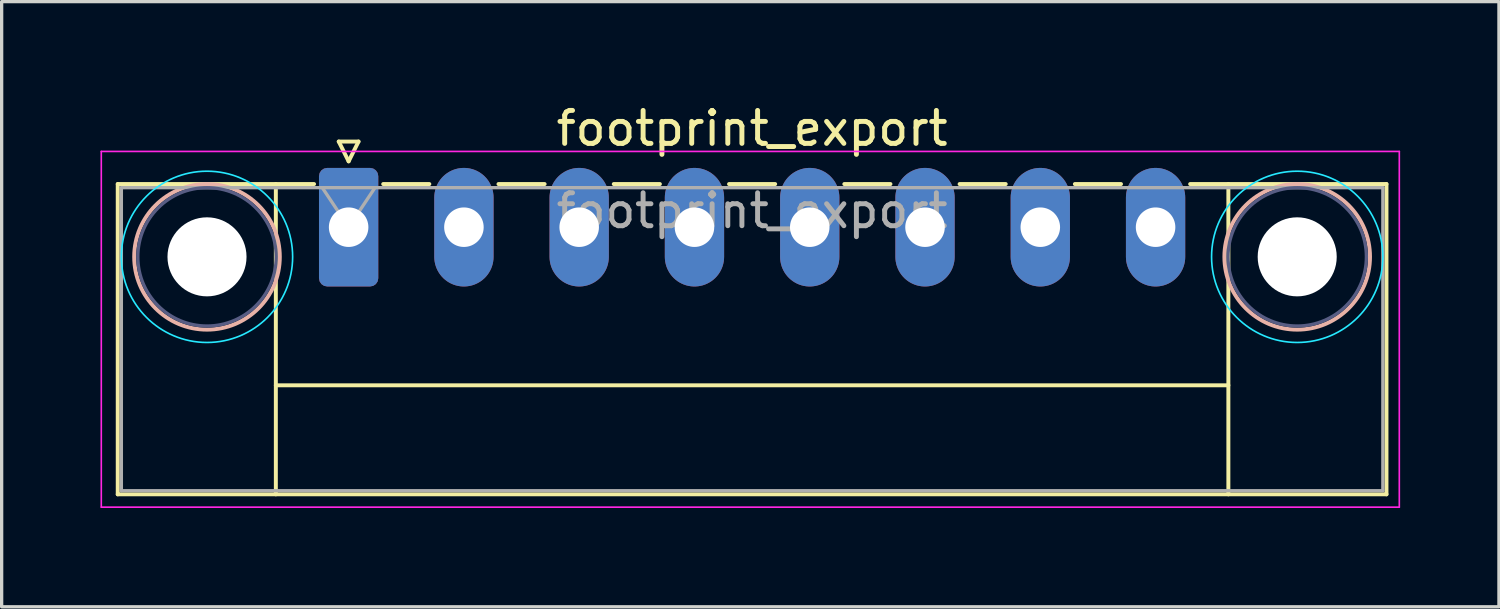
<source format=kicad_pcb>
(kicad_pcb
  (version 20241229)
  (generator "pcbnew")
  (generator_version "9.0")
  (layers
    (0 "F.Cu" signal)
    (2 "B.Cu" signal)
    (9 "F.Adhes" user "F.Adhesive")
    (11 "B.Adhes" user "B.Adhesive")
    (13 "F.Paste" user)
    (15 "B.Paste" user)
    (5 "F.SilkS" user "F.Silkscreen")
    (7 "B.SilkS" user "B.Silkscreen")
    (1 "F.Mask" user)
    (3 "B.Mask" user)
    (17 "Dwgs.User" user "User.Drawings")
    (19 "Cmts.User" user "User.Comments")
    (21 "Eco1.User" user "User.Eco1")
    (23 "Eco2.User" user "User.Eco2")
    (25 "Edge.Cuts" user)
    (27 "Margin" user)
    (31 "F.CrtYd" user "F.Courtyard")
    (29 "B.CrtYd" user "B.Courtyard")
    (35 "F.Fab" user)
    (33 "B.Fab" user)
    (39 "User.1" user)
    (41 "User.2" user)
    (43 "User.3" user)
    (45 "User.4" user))
  (footprint "footprint_export"
    (layer "F.Cu")
    (at 7.535 3.848)
    (property "Reference" "footprint_export" (at 12.25 -3 0) (layer "F.SilkS") (effects (font (size 1 1) (thickness 0.15))))
    (attr through_hole)
    (fp_line (start -7.01 -1.31) (end -7.01 8.11) (stroke (width 0.12) (type solid)) (layer "F.SilkS"))
    (fp_line (start -7.01 -1.31) (end -1.05 -1.31) (stroke (width 0.12) (type solid)) (layer "F.SilkS"))
    (fp_line (start -7.01 8.11) (end 31.51 8.11) (stroke (width 0.12) (type solid)) (layer "F.SilkS"))
    (fp_line (start -2.21 -1.31) (end -2.21 8.11) (stroke (width 0.12) (type solid)) (layer "F.SilkS"))
    (fp_line (start -2.21 4.8) (end 26.71 4.8) (stroke (width 0.12) (type solid)) (layer "F.SilkS"))
    (fp_line (start -0.3 -2.6) (end 0.3 -2.6) (stroke (width 0.12) (type solid)) (layer "F.SilkS"))
    (fp_line (start 0 -2) (end -0.3 -2.6) (stroke (width 0.12) (type solid)) (layer "F.SilkS"))
    (fp_line (start 0.3 -2.6) (end 0 -2) (stroke (width 0.12) (type solid)) (layer "F.SilkS"))
    (fp_line (start 1.05 -1.31) (end 2.45 -1.31) (stroke (width 0.12) (type solid)) (layer "F.SilkS"))
    (fp_line (start 4.55 -1.31) (end 5.95 -1.31) (stroke (width 0.12) (type solid)) (layer "F.SilkS"))
    (fp_line (start 8.05 -1.31) (end 9.45 -1.31) (stroke (width 0.12) (type solid)) (layer "F.SilkS"))
    (fp_line (start 11.55 -1.31) (end 12.95 -1.31) (stroke (width 0.12) (type solid)) (layer "F.SilkS"))
    (fp_line (start 15.05 -1.31) (end 16.45 -1.31) (stroke (width 0.12) (type solid)) (layer "F.SilkS"))
    (fp_line (start 18.55 -1.31) (end 19.95 -1.31) (stroke (width 0.12) (type solid)) (layer "F.SilkS"))
    (fp_line (start 22.05 -1.31) (end 23.45 -1.31) (stroke (width 0.12) (type solid)) (layer "F.SilkS"))
    (fp_line (start 26.71 -1.31) (end 26.71 8.11) (stroke (width 0.12) (type solid)) (layer "F.SilkS"))
    (fp_line (start 31.51 -1.31) (end 25.55 -1.31) (stroke (width 0.12) (type solid)) (layer "F.SilkS"))
    (fp_line (start 31.51 8.11) (end 31.51 -1.31) (stroke (width 0.12) (type solid)) (layer "F.SilkS"))
    (fp_circle (center -4.3 0.9) (end -2.09 0.9) (stroke (width 0.12) (type solid)) (fill no) (layer "B.SilkS"))
    (fp_circle (center 28.8 0.9) (end 31.01 0.9) (stroke (width 0.12) (type solid)) (fill no) (layer "B.SilkS"))
    (fp_circle (center -4.3 0.9) (end -1.7 0.9) (stroke (width 0.05) (type solid)) (fill no) (layer "B.CrtYd"))
    (fp_circle (center 28.8 0.9) (end 31.4 0.9) (stroke (width 0.05) (type solid)) (fill no) (layer "B.CrtYd"))
    (fp_line (start -7.51 -2.3) (end -7.51 8.5) (stroke (width 0.05) (type solid)) (layer "F.CrtYd"))
    (fp_line (start -7.51 8.5) (end 31.9 8.5) (stroke (width 0.05) (type solid)) (layer "F.CrtYd"))
    (fp_line (start 31.9 -2.3) (end -7.51 -2.3) (stroke (width 0.05) (type solid)) (layer "F.CrtYd"))
    (fp_line (start 31.9 8.5) (end 31.9 -2.3) (stroke (width 0.05) (type solid)) (layer "F.CrtYd"))
    (fp_circle (center -4.3 0.9) (end -2.2 0.9) (stroke (width 0.1) (type solid)) (fill no) (layer "B.Fab"))
    (fp_circle (center 28.8 0.9) (end 30.9 0.9) (stroke (width 0.1) (type solid)) (fill no) (layer "B.Fab"))
    (fp_line (start -6.9 -1.2) (end -6.9 8) (stroke (width 0.1) (type solid)) (layer "F.Fab"))
    (fp_line (start -6.9 8) (end 31.4 8) (stroke (width 0.1) (type solid)) (layer "F.Fab"))
    (fp_line (start 0 0) (end -0.8 -1.2) (stroke (width 0.1) (type solid)) (layer "F.Fab"))
    (fp_line (start 0.8 -1.2) (end 0 0) (stroke (width 0.1) (type solid)) (layer "F.Fab"))
    (fp_line (start 31.4 -1.2) (end -6.9 -1.2) (stroke (width 0.1) (type solid)) (layer "F.Fab"))
    (fp_line (start 31.4 8) (end 31.4 -1.2) (stroke (width 0.1) (type solid)) (layer "F.Fab"))
    (fp_text user "${REFERENCE}" (at 12.25 -0.5 0) (layer "F.Fab") (effects (font (size 1 1) (thickness 0.15))))
    (pad "" np_thru_hole circle (at -4.3 0.9) (size 2.4 2.4) (drill 2.4) (layers "*.Cu" "*.Mask"))
    (pad "" np_thru_hole circle (at 28.8 0.9) (size 2.4 2.4) (drill 2.4) (layers "*.Cu" "*.Mask"))
    (pad "1" thru_hole roundrect (at 0 0) (size 1.8 3.6) (drill 1.2) (layers "*.Cu" "*.Mask") (roundrect_rratio 0.139))
    (pad "2" thru_hole oval (at 3.5 0) (size 1.8 3.6) (drill 1.2) (layers "*.Cu" "*.Mask"))
    (pad "3" thru_hole oval (at 7 0) (size 1.8 3.6) (drill 1.2) (layers "*.Cu" "*.Mask"))
    (pad "4" thru_hole oval (at 10.5 0) (size 1.8 3.6) (drill 1.2) (layers "*.Cu" "*.Mask"))
    (pad "5" thru_hole oval (at 14 0) (size 1.8 3.6) (drill 1.2) (layers "*.Cu" "*.Mask"))
    (pad "6" thru_hole oval (at 17.5 0) (size 1.8 3.6) (drill 1.2) (layers "*.Cu" "*.Mask"))
    (pad "7" thru_hole oval (at 21 0) (size 1.8 3.6) (drill 1.2) (layers "*.Cu" "*.Mask"))
    (pad "8" thru_hole oval (at 24.5 0) (size 1.8 3.6) (drill 1.2) (layers "*.Cu" "*.Mask")))
  (gr_rect
    (start -3 -3)
    (end 42.46 15.373)
    (stroke (width 0.1) (type default))
    (fill no)
    (layer "Edge.Cuts")))
</source>
